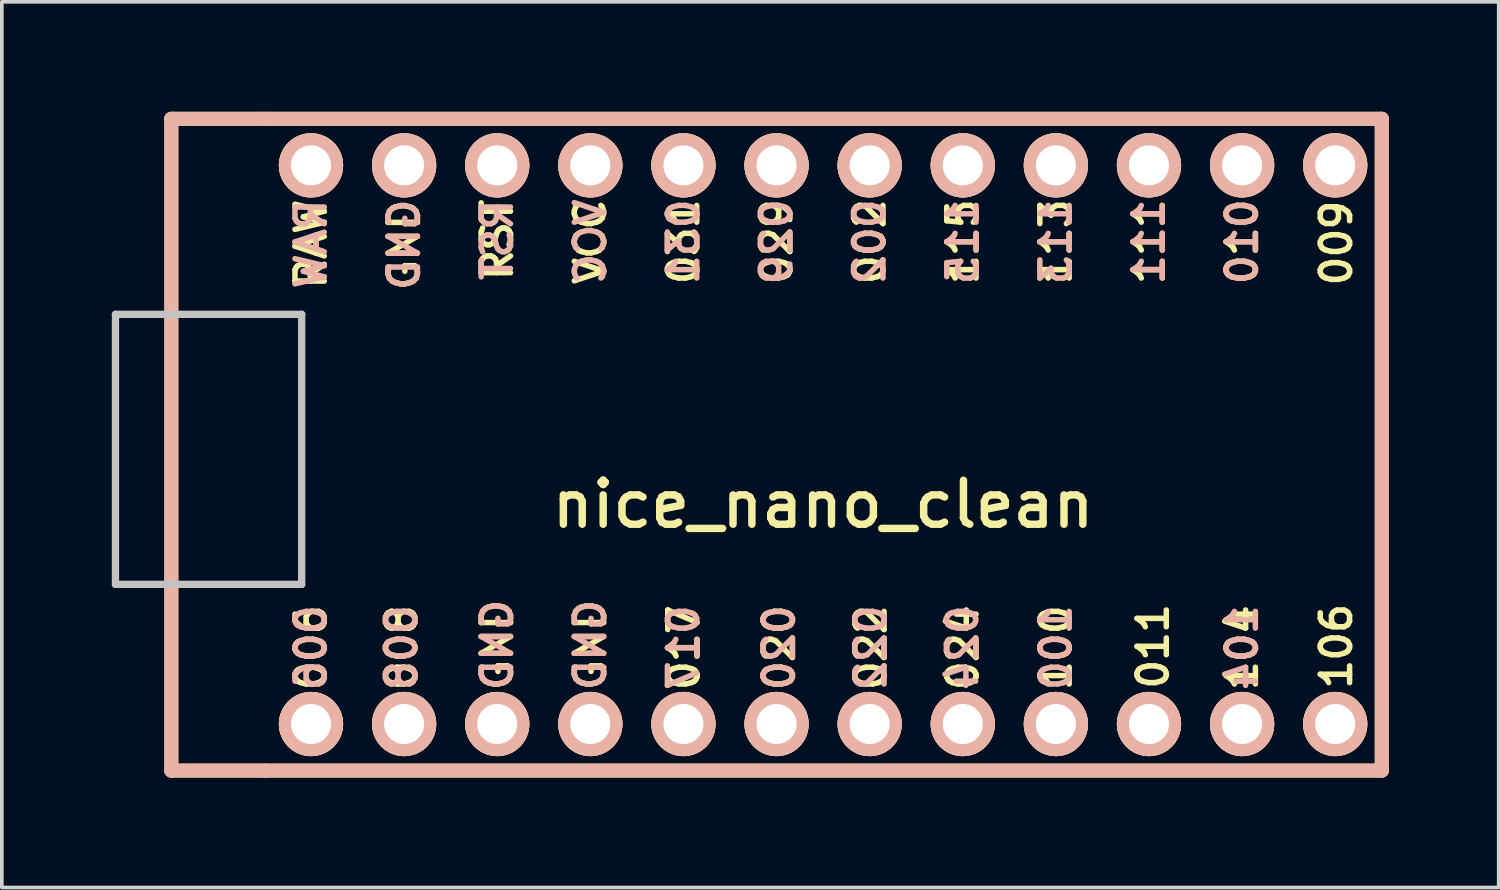
<source format=kicad_pcb>
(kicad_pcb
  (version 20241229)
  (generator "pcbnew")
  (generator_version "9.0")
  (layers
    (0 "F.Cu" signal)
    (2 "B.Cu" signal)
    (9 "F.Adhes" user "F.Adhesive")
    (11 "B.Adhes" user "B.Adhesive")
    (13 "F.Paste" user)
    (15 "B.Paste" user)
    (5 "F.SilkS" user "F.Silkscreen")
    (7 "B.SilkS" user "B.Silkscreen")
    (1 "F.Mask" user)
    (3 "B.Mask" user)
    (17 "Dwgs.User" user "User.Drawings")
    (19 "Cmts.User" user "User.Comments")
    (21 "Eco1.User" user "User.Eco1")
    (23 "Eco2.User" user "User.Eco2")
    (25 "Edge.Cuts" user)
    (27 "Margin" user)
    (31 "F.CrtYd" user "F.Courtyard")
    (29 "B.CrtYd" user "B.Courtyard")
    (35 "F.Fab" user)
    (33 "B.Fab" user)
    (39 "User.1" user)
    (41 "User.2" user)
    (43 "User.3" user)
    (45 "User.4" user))
  (footprint "nice_nano_clean"
    (layer "F.Cu")
    (at 19.404 9.081)
    (property "Reference" "nice_nano_clean" (at 0 1.625 0) (layer "F.SilkS") (effects (font (size 1.2 1.2) (thickness 0.203))))
    (attr through_hole)
    (fp_line (start -17.78 -8.89) (end -17.78 8.89) (stroke (width 0.381) (type solid)) (layer "F.SilkS"))
    (fp_line (start -17.78 8.89) (end -15.24 8.89) (stroke (width 0.381) (type solid)) (layer "F.SilkS"))
    (fp_line (start -15.24 -8.89) (end -17.78 -8.89) (stroke (width 0.381) (type solid)) (layer "F.SilkS"))
    (fp_line (start -15.24 8.89) (end 15.24 8.89) (stroke (width 0.381) (type solid)) (layer "F.SilkS"))
    (fp_line (start 15.24 -8.89) (end -15.24 -8.89) (stroke (width 0.381) (type solid)) (layer "F.SilkS"))
    (fp_line (start 15.24 8.89) (end 15.24 -8.89) (stroke (width 0.381) (type solid)) (layer "F.SilkS"))
    (fp_line (start -17.78 -8.89) (end -17.78 8.89) (stroke (width 0.381) (type solid)) (layer "B.SilkS"))
    (fp_line (start -17.78 8.89) (end 15.24 8.89) (stroke (width 0.381) (type solid)) (layer "B.SilkS"))
    (fp_line (start 15.24 -8.89) (end -17.78 -8.89) (stroke (width 0.381) (type solid)) (layer "B.SilkS"))
    (fp_line (start 15.24 8.89) (end 15.24 -8.89) (stroke (width 0.381) (type solid)) (layer "B.SilkS"))
    (fp_line (start -19.304 -3.556) (end -14.224 -3.556) (stroke (width 0.2) (type solid)) (layer "Dwgs.User"))
    (fp_line (start -19.304 3.81) (end -19.304 -3.556) (stroke (width 0.2) (type solid)) (layer "Dwgs.User"))
    (fp_line (start -14.224 -3.556) (end -14.224 3.81) (stroke (width 0.2) (type solid)) (layer "Dwgs.User"))
    (fp_line (start -14.224 3.81) (end -19.304 3.81) (stroke (width 0.2) (type solid)) (layer "Dwgs.User"))
    (fp_text user "115" (at 3.81 -5.537 90) (layer "F.SilkS") (effects (font (size 0.8 0.8) (thickness 0.15))))
    (fp_text user "GND" (at -8.89 5.461 90) (layer "F.SilkS") (effects (font (size 0.8 0.8) (thickness 0.15))))
    (fp_text user "111" (at 8.89 -5.537 90) (layer "F.SilkS") (effects (font (size 0.8 0.8) (thickness 0.15))))
    (fp_text user "VCC" (at -6.35 -5.537 90) (layer "F.SilkS") (effects (font (size 0.8 0.8) (thickness 0.15))))
    (fp_text user "006" (at -13.97 5.537 90) (layer "F.SilkS") (effects (font (size 0.8 0.8) (thickness 0.15))))
    (fp_text user "100" (at 6.35 5.537 90) (layer "F.SilkS") (effects (font (size 0.8 0.8) (thickness 0.15))))
    (fp_text user "022" (at 1.3 5.537 90) (layer "F.SilkS") (effects (font (size 0.8 0.8) (thickness 0.15))))
    (fp_text user "RAW" (at -13.97 -5.474 90) (layer "F.SilkS") (effects (font (size 0.8 0.8) (thickness 0.15))))
    (fp_text user "008" (at -11.5 5.537 90) (layer "F.SilkS") (effects (font (size 0.8 0.8) (thickness 0.15))))
    (fp_text user "002" (at 1.27 -5.537 90) (layer "F.SilkS") (effects (font (size 0.8 0.8) (thickness 0.15))))
    (fp_text user "113" (at 6.35 -5.537 90) (layer "F.SilkS") (effects (font (size 0.8 0.8) (thickness 0.15))))
    (fp_text user "031" (at -3.81 -5.537 90) (layer "F.SilkS") (effects (font (size 0.8 0.8) (thickness 0.15))))
    (fp_text user "104" (at 11.43 5.537 90) (layer "F.SilkS") (effects (font (size 0.8 0.8) (thickness 0.15))))
    (fp_text user "GND" (at -11.43 -5.455 90) (layer "F.SilkS") (effects (font (size 0.8 0.8) (thickness 0.15))))
    (fp_text user "GND" (at -6.35 5.461 90) (layer "F.SilkS") (effects (font (size 0.8 0.8) (thickness 0.15))))
    (fp_text user "020" (at -1.2 5.537 90) (layer "F.SilkS") (effects (font (size 0.8 0.8) (thickness 0.15))))
    (fp_text user "024" (at 3.81 5.537 90) (layer "F.SilkS") (effects (font (size 0.8 0.8) (thickness 0.15))))
    (fp_text user "RST" (at -8.89 -5.588 90) (layer "F.SilkS") (effects (font (size 0.8 0.8) (thickness 0.15))))
    (fp_text user "011" (at 9 5.5 90) (layer "F.SilkS") (effects (font (size 0.8 0.8) (thickness 0.15))))
    (fp_text user "029" (at -1.27 -5.537 90) (layer "F.SilkS") (effects (font (size 0.8 0.8) (thickness 0.15))))
    (fp_text user "017" (at -3.8 5.537 90) (layer "F.SilkS") (effects (font (size 0.8 0.8) (thickness 0.15))))
    (fp_text user "106" (at 14 5.5 90) (layer "F.SilkS") (effects (font (size 0.8 0.8) (thickness 0.15))))
    (fp_text user "009" (at 14 -5.5 90) (layer "F.SilkS") (effects (font (size 0.8 0.8) (thickness 0.15))))
    (fp_text user "010" (at 11.43 -5.537 90) (layer "F.SilkS") (effects (font (size 0.8 0.8) (thickness 0.15))))
    (fp_text user "008" (at -11.5 5.537 90) (layer "B.SilkS") (effects (font (size 0.8 0.8) (thickness 0.15)) (justify mirror)))
    (fp_text user "024" (at 3.8 5.537 90) (layer "B.SilkS") (effects (font (size 0.8 0.8) (thickness 0.15)) (justify mirror)))
    (fp_text user "017" (at -3.81 5.537 90) (layer "B.SilkS") (effects (font (size 0.8 0.8) (thickness 0.15)) (justify mirror)))
    (fp_text user "RAW" (at -13.97 -5.474 90) (layer "B.SilkS") (effects (font (size 0.8 0.8) (thickness 0.15)) (justify mirror)))
    (fp_text user "020" (at -1.2 5.537 90) (layer "B.SilkS") (effects (font (size 0.8 0.8) (thickness 0.15)) (justify mirror)))
    (fp_text user "GND" (at -6.35 5.461 90) (layer "B.SilkS") (effects (font (size 0.8 0.8) (thickness 0.15)) (justify mirror)))
    (fp_text user "GND" (at -11.43 -5.455 90) (layer "B.SilkS") (effects (font (size 0.8 0.8) (thickness 0.15)) (justify mirror)))
    (fp_text user "115" (at 3.81 -5.537 90) (layer "B.SilkS") (effects (font (size 0.8 0.8) (thickness 0.15)) (justify mirror)))
    (fp_text user "022" (at 1.3 5.537 90) (layer "B.SilkS") (effects (font (size 0.8 0.8) (thickness 0.15)) (justify mirror)))
    (fp_text user "031" (at -3.81 -5.537 90) (layer "B.SilkS") (effects (font (size 0.8 0.8) (thickness 0.15)) (justify mirror)))
    (fp_text user "VCC" (at -6.35 -5.537 90) (layer "B.SilkS") (effects (font (size 0.8 0.8) (thickness 0.15)) (justify mirror)))
    (fp_text user "100" (at 6.35 5.537 90) (layer "B.SilkS") (effects (font (size 0.8 0.8) (thickness 0.15)) (justify mirror)))
    (fp_text user "010" (at 11.43 -5.537 90) (layer "B.SilkS") (effects (font (size 0.8 0.8) (thickness 0.15)) (justify mirror)))
    (fp_text user "002" (at 1.27 -5.537 90) (layer "B.SilkS") (effects (font (size 0.8 0.8) (thickness 0.15)) (justify mirror)))
    (fp_text user "111" (at 8.89 -5.537 90) (layer "B.SilkS") (effects (font (size 0.8 0.8) (thickness 0.15)) (justify mirror)))
    (fp_text user "RST" (at -8.89 -5.588 90) (layer "B.SilkS") (effects (font (size 0.8 0.8) (thickness 0.15)) (justify mirror)))
    (fp_text user "029" (at -1.27 -5.537 90) (layer "B.SilkS") (effects (font (size 0.8 0.8) (thickness 0.15)) (justify mirror)))
    (fp_text user "113" (at 6.35 -5.537 90) (layer "B.SilkS") (effects (font (size 0.8 0.8) (thickness 0.15)) (justify mirror)))
    (fp_text user "006" (at -13.97 5.537 90) (layer "B.SilkS") (effects (font (size 0.8 0.8) (thickness 0.15)) (justify mirror)))
    (fp_text user "104" (at 11.43 5.537 90) (layer "B.SilkS") (effects (font (size 0.8 0.8) (thickness 0.15)) (justify mirror)))
    (fp_text user "GND" (at -8.89 5.461 90) (layer "B.SilkS") (effects (font (size 0.8 0.8) (thickness 0.15)) (justify mirror)))
    (pad "1" thru_hole circle (at -13.97 7.62) (size 1.753 1.753) (drill 1.092) (layers "*.Cu" "*.SilkS" "*.Mask"))
    (pad "2" thru_hole circle (at -11.43 7.62) (size 1.753 1.753) (drill 1.092) (layers "*.Cu" "*.SilkS" "*.Mask"))
    (pad "3" thru_hole circle (at -8.89 7.62) (size 1.753 1.753) (drill 1.092) (layers "*.Cu" "*.SilkS" "*.Mask"))
    (pad "4" thru_hole circle (at -6.35 7.62) (size 1.753 1.753) (drill 1.092) (layers "*.Cu" "*.SilkS" "*.Mask"))
    (pad "5" thru_hole circle (at -3.81 7.62) (size 1.753 1.753) (drill 1.092) (layers "*.Cu" "*.SilkS" "*.Mask"))
    (pad "6" thru_hole circle (at -1.27 7.62) (size 1.753 1.753) (drill 1.092) (layers "*.Cu" "*.SilkS" "*.Mask"))
    (pad "7" thru_hole circle (at 1.27 7.62) (size 1.753 1.753) (drill 1.092) (layers "*.Cu" "*.SilkS" "*.Mask"))
    (pad "8" thru_hole circle (at 3.81 7.62) (size 1.753 1.753) (drill 1.092) (layers "*.Cu" "*.SilkS" "*.Mask"))
    (pad "9" thru_hole circle (at 6.35 7.62) (size 1.753 1.753) (drill 1.092) (layers "*.Cu" "*.SilkS" "*.Mask"))
    (pad "10" thru_hole circle (at 8.89 7.62) (size 1.753 1.753) (drill 1.092) (layers "*.Cu" "*.SilkS" "*.Mask"))
    (pad "11" thru_hole circle (at 11.43 7.62) (size 1.753 1.753) (drill 1.092) (layers "*.Cu" "*.SilkS" "*.Mask"))
    (pad "12" thru_hole circle (at 13.97 7.62) (size 1.753 1.753) (drill 1.092) (layers "*.Cu" "*.SilkS" "*.Mask"))
    (pad "13" thru_hole circle (at 13.97 -7.62) (size 1.753 1.753) (drill 1.092) (layers "*.Cu" "*.SilkS" "*.Mask"))
    (pad "14" thru_hole circle (at 11.43 -7.62) (size 1.753 1.753) (drill 1.092) (layers "*.Cu" "*.SilkS" "*.Mask"))
    (pad "15" thru_hole circle (at 8.89 -7.62) (size 1.753 1.753) (drill 1.092) (layers "*.Cu" "*.SilkS" "*.Mask"))
    (pad "16" thru_hole circle (at 6.35 -7.62) (size 1.753 1.753) (drill 1.092) (layers "*.Cu" "*.SilkS" "*.Mask"))
    (pad "17" thru_hole circle (at 3.81 -7.62) (size 1.753 1.753) (drill 1.092) (layers "*.Cu" "*.SilkS" "*.Mask"))
    (pad "18" thru_hole circle (at 1.27 -7.62) (size 1.753 1.753) (drill 1.092) (layers "*.Cu" "*.SilkS" "*.Mask"))
    (pad "19" thru_hole circle (at -1.27 -7.62) (size 1.753 1.753) (drill 1.092) (layers "*.Cu" "*.SilkS" "*.Mask"))
    (pad "20" thru_hole circle (at -3.81 -7.62) (size 1.753 1.753) (drill 1.092) (layers "*.Cu" "*.SilkS" "*.Mask"))
    (pad "21" thru_hole circle (at -6.35 -7.62) (size 1.753 1.753) (drill 1.092) (layers "*.Cu" "*.SilkS" "*.Mask"))
    (pad "22" thru_hole circle (at -8.89 -7.62) (size 1.753 1.753) (drill 1.092) (layers "*.Cu" "*.SilkS" "*.Mask"))
    (pad "23" thru_hole circle (at -11.43 -7.62) (size 1.753 1.753) (drill 1.092) (layers "*.Cu" "*.SilkS" "*.Mask"))
    (pad "24" thru_hole circle (at -13.97 -7.62) (size 1.753 1.753) (drill 1.092) (layers "*.Cu" "*.SilkS" "*.Mask")))
  (gr_rect
    (start -3 -3)
    (end 37.834 21.161)
    (stroke (width 0.1) (type default))
    (fill no)
    (layer "Edge.Cuts")))
</source>
